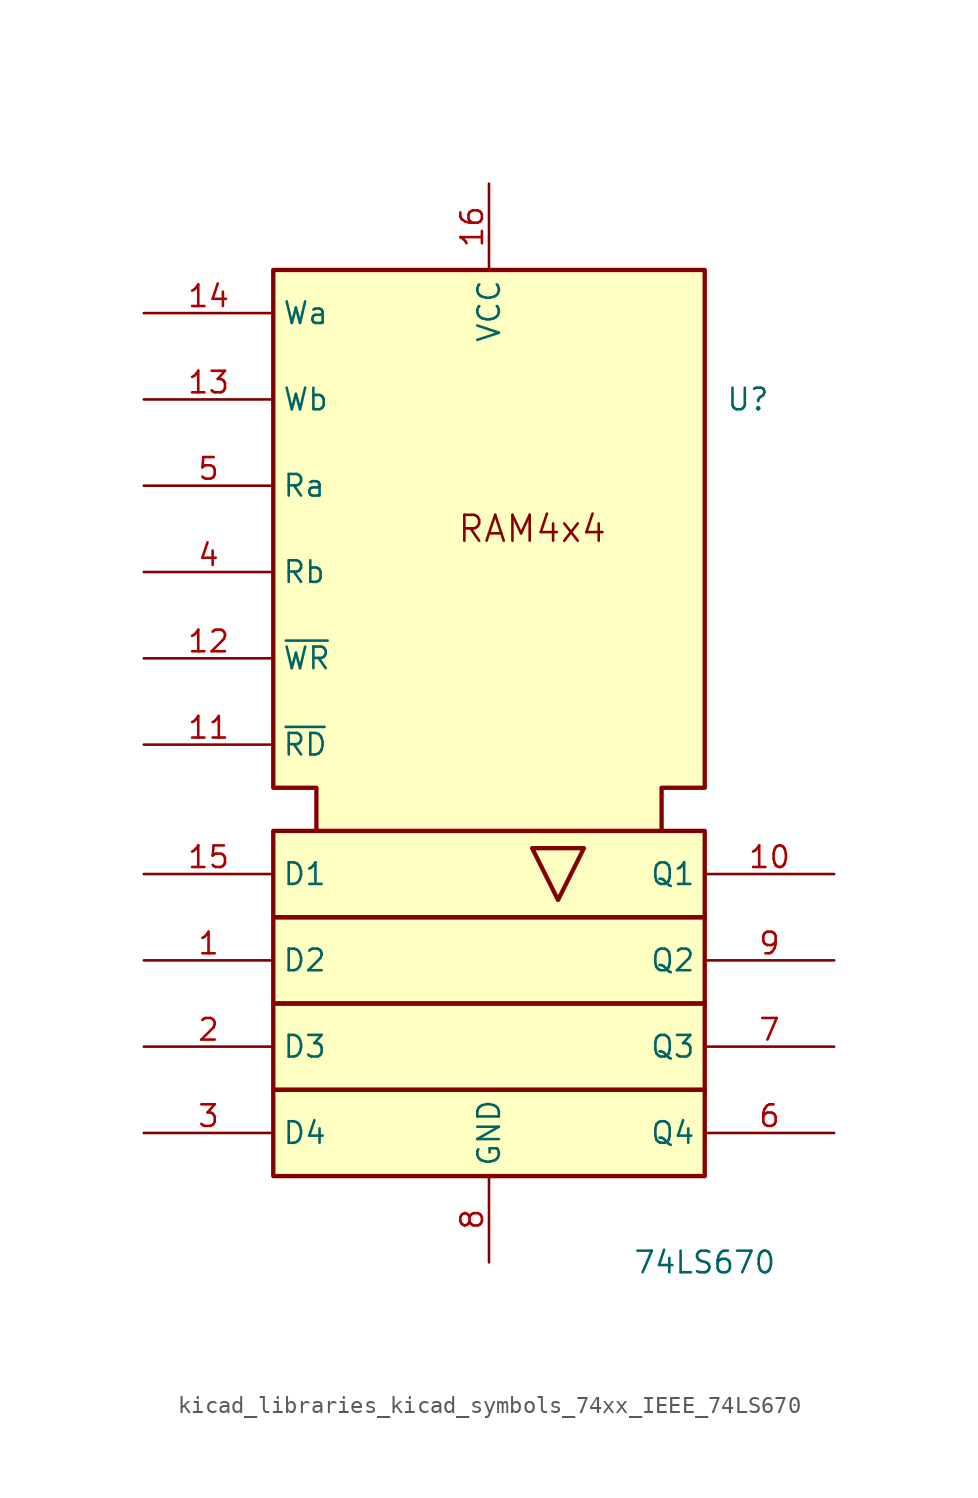
<source format=kicad_sym>
(kicad_symbol_lib
  (version 20220914)
  (generator kicad_symbol_editor)
  (symbol "kicad_libraries_kicad_symbols_74xx_IEEE_74LS670"
    (property "Reference" "U"
      (at 15.24 20.32 0)
      (effects (font (size 1.27 1.27))))
    (property "Value" "74LS670"
      (at 12.7 -30.48 0)
      (effects (font (size 1.27 1.27))))
    (symbol "kicad_libraries_kicad_symbols_74xx_IEEE_74LS670_0_0"
      (rectangle (start -12.7 -20.32) (end 12.7 -25.4) (stroke (width 0.254) (type default)) (fill (type background)))
      (rectangle (start -12.7 -15.24) (end 12.7 -20.32) (stroke (width 0.254) (type default)) (fill (type background)))
      (rectangle (start -12.7 -10.16) (end 12.7 -15.24) (stroke (width 0.254) (type default)) (fill (type background)))
      (polyline (pts (xy 5.588 -6.096) (xy 2.54 -6.096) (xy 4.064 -9.144) (xy 5.588 -6.096) (xy 5.588 -6.096)) (stroke (width 0.254) (type default)) (fill (type background)))
      (polyline (pts (xy -10.16 -5.08) (xy -10.16 -2.54) (xy -12.7 -2.54) (xy -12.7 27.94) (xy 12.7 27.94) (xy 12.7 -2.54) (xy 10.16 -2.54) (xy 10.16 -5.08) (xy 10.16 -5.08)) (stroke (width 0.254) (type default)) (fill (type background)))
      (text "RAM4x4" (at 2.54 12.7 0) (effects (font (size 1.524 1.524))))
      (pin power_in line (at 0 33.02 270) (length 5.08) (name "VCC" (effects (font (size 1.27 1.27)))) (number "16" (effects (font (size 1.27 1.27)))))
      (pin power_in line (at 0 -30.48 90) (length 5.08) (name "GND" (effects (font (size 1.27 1.27)))) (number "8" (effects (font (size 1.27 1.27))))))
    (symbol "kicad_libraries_kicad_symbols_74xx_IEEE_74LS670_0_1"
      (rectangle (start -12.7 -5.08) (end 12.7 -10.16) (stroke (width 0.254) (type default)) (fill (type background))))
    (symbol "kicad_libraries_kicad_symbols_74xx_IEEE_74LS670_1_1"
      (pin input line (at -20.32 -12.7 0) (length 7.62) (name "D2" (effects (font (size 1.27 1.27)))) (number "1" (effects (font (size 1.27 1.27)))))
      (pin tri_state line (at 20.32 -7.62 180) (length 7.62) (name "Q1" (effects (font (size 1.27 1.27)))) (number "10" (effects (font (size 1.27 1.27)))))
      (pin input line (at -20.32 0 0) (length 7.62) (name "~{RD}" (effects (font (size 1.27 1.27)))) (number "11" (effects (font (size 1.27 1.27)))))
      (pin input line (at -20.32 5.08 0) (length 7.62) (name "~{WR}" (effects (font (size 1.27 1.27)))) (number "12" (effects (font (size 1.27 1.27)))))
      (pin input line (at -20.32 20.32 0) (length 7.62) (name "Wb" (effects (font (size 1.27 1.27)))) (number "13" (effects (font (size 1.27 1.27)))))
      (pin input line (at -20.32 25.4 0) (length 7.62) (name "Wa" (effects (font (size 1.27 1.27)))) (number "14" (effects (font (size 1.27 1.27)))))
      (pin input line (at -20.32 -7.62 0) (length 7.62) (name "D1" (effects (font (size 1.27 1.27)))) (number "15" (effects (font (size 1.27 1.27)))))
      (pin input line (at -20.32 -17.78 0) (length 7.62) (name "D3" (effects (font (size 1.27 1.27)))) (number "2" (effects (font (size 1.27 1.27)))))
      (pin input line (at -20.32 -22.86 0) (length 7.62) (name "D4" (effects (font (size 1.27 1.27)))) (number "3" (effects (font (size 1.27 1.27)))))
      (pin input line (at -20.32 10.16 0) (length 7.62) (name "Rb" (effects (font (size 1.27 1.27)))) (number "4" (effects (font (size 1.27 1.27)))))
      (pin input line (at -20.32 15.24 0) (length 7.62) (name "Ra" (effects (font (size 1.27 1.27)))) (number "5" (effects (font (size 1.27 1.27)))))
      (pin tri_state line (at 20.32 -22.86 180) (length 7.62) (name "Q4" (effects (font (size 1.27 1.27)))) (number "6" (effects (font (size 1.27 1.27)))))
      (pin tri_state line (at 20.32 -17.78 180) (length 7.62) (name "Q3" (effects (font (size 1.27 1.27)))) (number "7" (effects (font (size 1.27 1.27)))))
      (pin tri_state line (at 20.32 -12.7 180) (length 7.62) (name "Q2" (effects (font (size 1.27 1.27)))) (number "9" (effects (font (size 1.27 1.27))))))))
</source>
